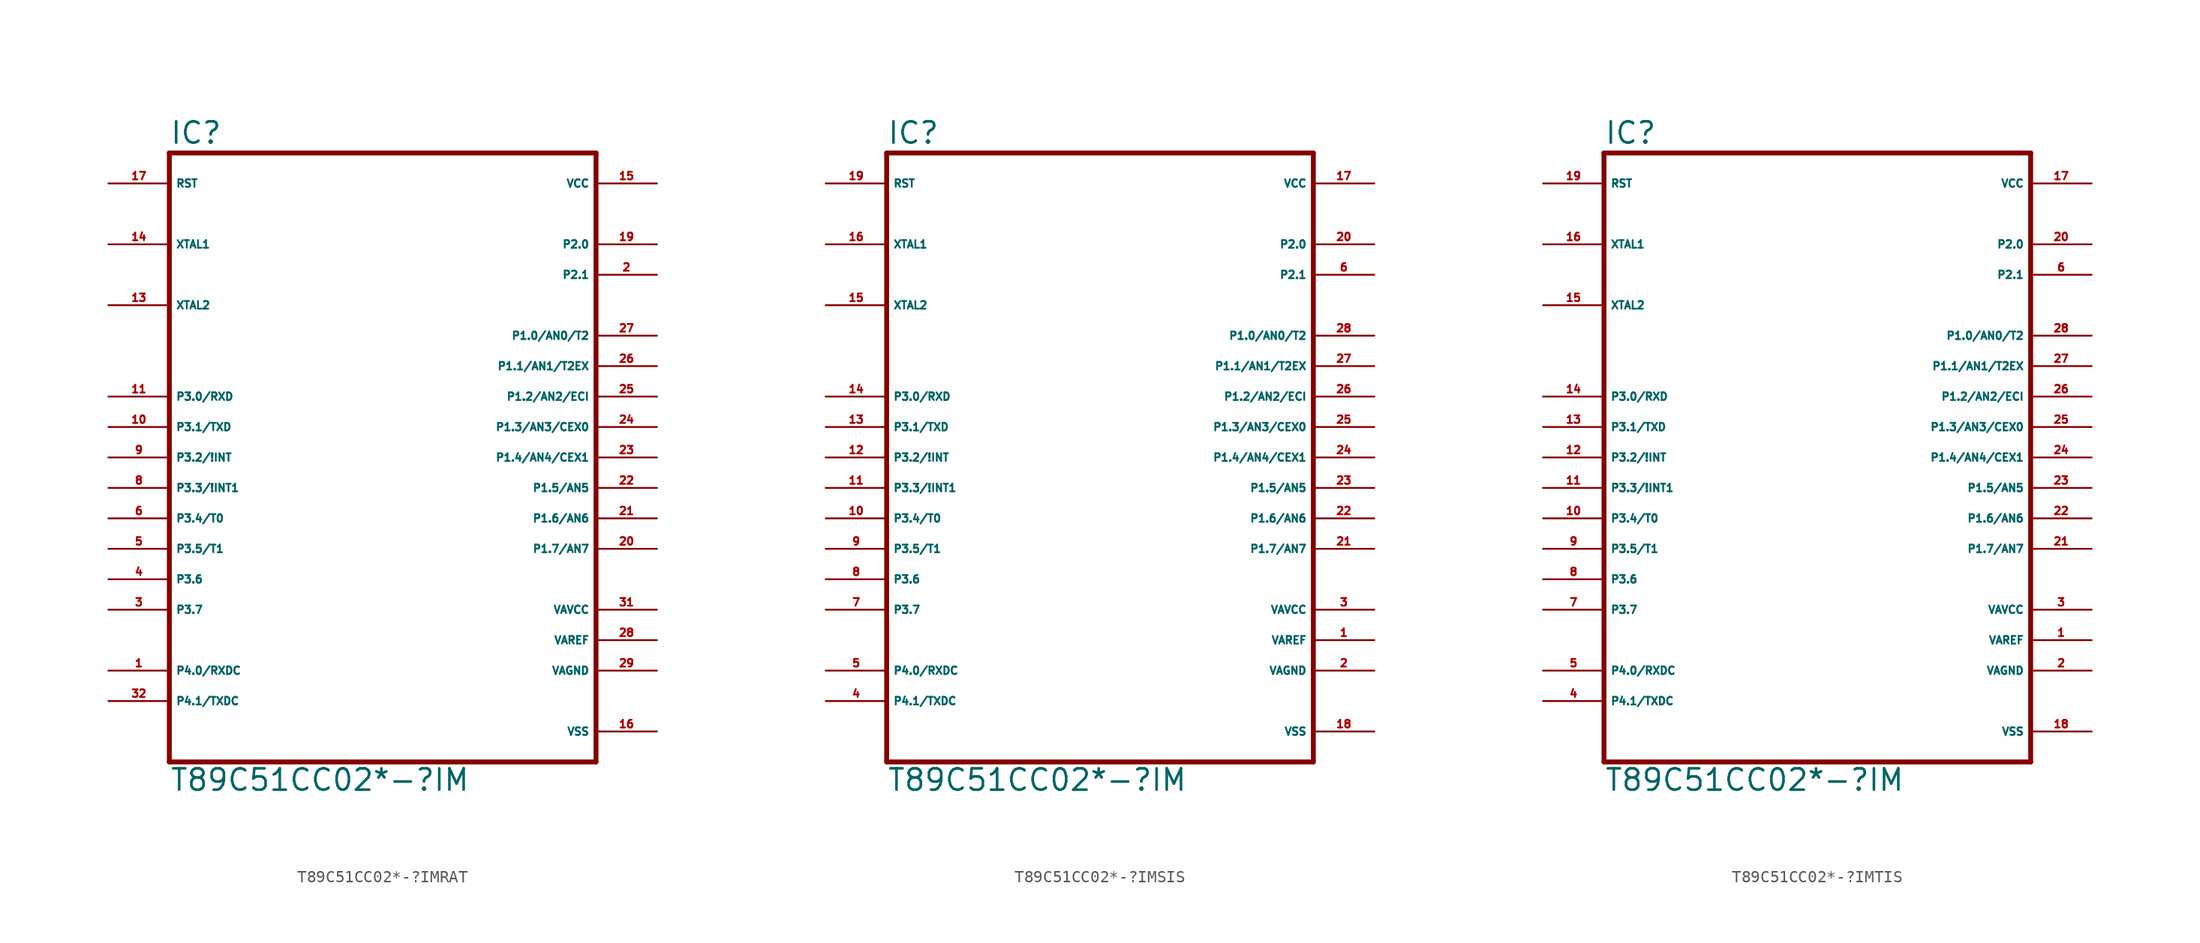
<source format=kicad_sym>
(kicad_symbol_lib
  (version 20220914)
  (generator Eagle2Kicad)
  (symbol "T89C51CC02*-?IMRAT"
    (property "Reference" "IC"
      (at -17.78 28.575 0)
      (effects (font (size 1.778 1.778) (thickness 0.22)) (justify left bottom)))
    (property "Value" "T89C51CC02*-?IM"
      (at -17.78 -25.4 0)
      (effects (font (size 1.778 1.778) (thickness 0.22)) (justify left bottom)))
    (polyline
      (pts (xy -17.78 -22.86) (xy 17.78 -22.86))
      (stroke (width 0.406) (type default))
      (fill (type none)))
    (polyline
      (pts (xy 17.78 -22.86) (xy 17.78 27.94))
      (stroke (width 0.406) (type default))
      (fill (type none)))
    (polyline
      (pts (xy 17.78 27.94) (xy -17.78 27.94))
      (stroke (width 0.406) (type default))
      (fill (type none)))
    (polyline
      (pts (xy -17.78 27.94) (xy -17.78 -22.86))
      (stroke (width 0.406) (type default))
      (fill (type none)))
    (pin bidirectional line
      (at -22.86 -15.24 0)
      (length 5.08)
      (name "P4.0/RXDC" (effects (font (size 0.635 0.635) (thickness 0.08)) (justify left bottom)))
      (number "1" (effects (font (size 0.635 0.635) (thickness 0.08)) (justify left bottom))))
    (pin bidirectional line
      (at -22.86 -17.78 0)
      (length 5.08)
      (name "P4.1/TXDC" (effects (font (size 0.635 0.635) (thickness 0.08)) (justify left bottom)))
      (number "32" (effects (font (size 0.635 0.635) (thickness 0.08)) (justify left bottom))))
    (pin input line
      (at -22.86 20.32 0)
      (length 5.08)
      (name "XTAL1" (effects (font (size 0.635 0.635) (thickness 0.08)) (justify left bottom)))
      (number "14" (effects (font (size 0.635 0.635) (thickness 0.08)) (justify left bottom))))
    (pin input line
      (at -22.86 15.24 0)
      (length 5.08)
      (name "XTAL2" (effects (font (size 0.635 0.635) (thickness 0.08)) (justify left bottom)))
      (number "13" (effects (font (size 0.635 0.635) (thickness 0.08)) (justify left bottom))))
    (pin input line
      (at -22.86 25.4 0)
      (length 5.08)
      (name "RST" (effects (font (size 0.635 0.635) (thickness 0.08)) (justify left bottom)))
      (number "17" (effects (font (size 0.635 0.635) (thickness 0.08)) (justify left bottom))))
    (pin bidirectional line
      (at 22.86 20.32 180)
      (length 5.08)
      (name "P2.0" (effects (font (size 0.635 0.635) (thickness 0.08)) (justify left bottom)))
      (number "19" (effects (font (size 0.635 0.635) (thickness 0.08)) (justify left bottom))))
    (pin bidirectional line
      (at 22.86 17.78 180)
      (length 5.08)
      (name "P2.1" (effects (font (size 0.635 0.635) (thickness 0.08)) (justify left bottom)))
      (number "2" (effects (font (size 0.635 0.635) (thickness 0.08)) (justify left bottom))))
    (pin bidirectional line
      (at 22.86 12.7 180)
      (length 5.08)
      (name "P1.0/AN0/T2" (effects (font (size 0.635 0.635) (thickness 0.08)) (justify left bottom)))
      (number "27" (effects (font (size 0.635 0.635) (thickness 0.08)) (justify left bottom))))
    (pin bidirectional line
      (at 22.86 10.16 180)
      (length 5.08)
      (name "P1.1/AN1/T2EX" (effects (font (size 0.635 0.635) (thickness 0.08)) (justify left bottom)))
      (number "26" (effects (font (size 0.635 0.635) (thickness 0.08)) (justify left bottom))))
    (pin bidirectional line
      (at 22.86 7.62 180)
      (length 5.08)
      (name "P1.2/AN2/ECI" (effects (font (size 0.635 0.635) (thickness 0.08)) (justify left bottom)))
      (number "25" (effects (font (size 0.635 0.635) (thickness 0.08)) (justify left bottom))))
    (pin bidirectional line
      (at 22.86 5.08 180)
      (length 5.08)
      (name "P1.3/AN3/CEX0" (effects (font (size 0.635 0.635) (thickness 0.08)) (justify left bottom)))
      (number "24" (effects (font (size 0.635 0.635) (thickness 0.08)) (justify left bottom))))
    (pin bidirectional line
      (at 22.86 2.54 180)
      (length 5.08)
      (name "P1.4/AN4/CEX1" (effects (font (size 0.635 0.635) (thickness 0.08)) (justify left bottom)))
      (number "23" (effects (font (size 0.635 0.635) (thickness 0.08)) (justify left bottom))))
    (pin bidirectional line
      (at 22.86 0 180)
      (length 5.08)
      (name "P1.5/AN5" (effects (font (size 0.635 0.635) (thickness 0.08)) (justify left bottom)))
      (number "22" (effects (font (size 0.635 0.635) (thickness 0.08)) (justify left bottom))))
    (pin bidirectional line
      (at 22.86 -2.54 180)
      (length 5.08)
      (name "P1.6/AN6" (effects (font (size 0.635 0.635) (thickness 0.08)) (justify left bottom)))
      (number "21" (effects (font (size 0.635 0.635) (thickness 0.08)) (justify left bottom))))
    (pin bidirectional line
      (at 22.86 -5.08 180)
      (length 5.08)
      (name "P1.7/AN7" (effects (font (size 0.635 0.635) (thickness 0.08)) (justify left bottom)))
      (number "20" (effects (font (size 0.635 0.635) (thickness 0.08)) (justify left bottom))))
    (pin bidirectional line
      (at -22.86 7.62 0)
      (length 5.08)
      (name "P3.0/RXD" (effects (font (size 0.635 0.635) (thickness 0.08)) (justify left bottom)))
      (number "11" (effects (font (size 0.635 0.635) (thickness 0.08)) (justify left bottom))))
    (pin bidirectional line
      (at -22.86 5.08 0)
      (length 5.08)
      (name "P3.1/TXD" (effects (font (size 0.635 0.635) (thickness 0.08)) (justify left bottom)))
      (number "10" (effects (font (size 0.635 0.635) (thickness 0.08)) (justify left bottom))))
    (pin bidirectional line
      (at -22.86 2.54 0)
      (length 5.08)
      (name "P3.2/!INT" (effects (font (size 0.635 0.635) (thickness 0.08)) (justify left bottom)))
      (number "9" (effects (font (size 0.635 0.635) (thickness 0.08)) (justify left bottom))))
    (pin bidirectional line
      (at -22.86 0 0)
      (length 5.08)
      (name "P3.3/!INT1" (effects (font (size 0.635 0.635) (thickness 0.08)) (justify left bottom)))
      (number "8" (effects (font (size 0.635 0.635) (thickness 0.08)) (justify left bottom))))
    (pin bidirectional line
      (at -22.86 -2.54 0)
      (length 5.08)
      (name "P3.4/T0" (effects (font (size 0.635 0.635) (thickness 0.08)) (justify left bottom)))
      (number "6" (effects (font (size 0.635 0.635) (thickness 0.08)) (justify left bottom))))
    (pin bidirectional line
      (at -22.86 -5.08 0)
      (length 5.08)
      (name "P3.5/T1" (effects (font (size 0.635 0.635) (thickness 0.08)) (justify left bottom)))
      (number "5" (effects (font (size 0.635 0.635) (thickness 0.08)) (justify left bottom))))
    (pin bidirectional line
      (at -22.86 -7.62 0)
      (length 5.08)
      (name "P3.6" (effects (font (size 0.635 0.635) (thickness 0.08)) (justify left bottom)))
      (number "4" (effects (font (size 0.635 0.635) (thickness 0.08)) (justify left bottom))))
    (pin bidirectional line
      (at -22.86 -10.16 0)
      (length 5.08)
      (name "P3.7" (effects (font (size 0.635 0.635) (thickness 0.08)) (justify left bottom)))
      (number "3" (effects (font (size 0.635 0.635) (thickness 0.08)) (justify left bottom))))
    (pin unspecified line
      (at 22.86 25.4 180)
      (length 5.08)
      (name "VCC" (effects (font (size 0.635 0.635) (thickness 0.08)) (justify left bottom)))
      (number "15" (effects (font (size 0.635 0.635) (thickness 0.08)) (justify left bottom))))
    (pin unspecified line
      (at 22.86 -20.32 180)
      (length 5.08)
      (name "VSS" (effects (font (size 0.635 0.635) (thickness 0.08)) (justify left bottom)))
      (number "16" (effects (font (size 0.635 0.635) (thickness 0.08)) (justify left bottom))))
    (pin input line
      (at 22.86 -12.7 180)
      (length 5.08)
      (name "VAREF" (effects (font (size 0.635 0.635) (thickness 0.08)) (justify left bottom)))
      (number "28" (effects (font (size 0.635 0.635) (thickness 0.08)) (justify left bottom))))
    (pin input line
      (at 22.86 -15.24 180)
      (length 5.08)
      (name "VAGND" (effects (font (size 0.635 0.635) (thickness 0.08)) (justify left bottom)))
      (number "29" (effects (font (size 0.635 0.635) (thickness 0.08)) (justify left bottom))))
    (pin input line
      (at 22.86 -10.16 180)
      (length 5.08)
      (name "VAVCC" (effects (font (size 0.635 0.635) (thickness 0.08)) (justify left bottom)))
      (number "31" (effects (font (size 0.635 0.635) (thickness 0.08)) (justify left bottom)))))
  (symbol "T89C51CC02*-?IMSIS"
    (property "Reference" "IC"
      (at -17.78 28.575 0)
      (effects (font (size 1.778 1.778) (thickness 0.22)) (justify left bottom)))
    (property "Value" "T89C51CC02*-?IM"
      (at -17.78 -25.4 0)
      (effects (font (size 1.778 1.778) (thickness 0.22)) (justify left bottom)))
    (polyline
      (pts (xy -17.78 -22.86) (xy 17.78 -22.86))
      (stroke (width 0.406) (type default))
      (fill (type none)))
    (polyline
      (pts (xy 17.78 -22.86) (xy 17.78 27.94))
      (stroke (width 0.406) (type default))
      (fill (type none)))
    (polyline
      (pts (xy 17.78 27.94) (xy -17.78 27.94))
      (stroke (width 0.406) (type default))
      (fill (type none)))
    (polyline
      (pts (xy -17.78 27.94) (xy -17.78 -22.86))
      (stroke (width 0.406) (type default))
      (fill (type none)))
    (pin bidirectional line
      (at -22.86 -15.24 0)
      (length 5.08)
      (name "P4.0/RXDC" (effects (font (size 0.635 0.635) (thickness 0.08)) (justify left bottom)))
      (number "5" (effects (font (size 0.635 0.635) (thickness 0.08)) (justify left bottom))))
    (pin bidirectional line
      (at -22.86 -17.78 0)
      (length 5.08)
      (name "P4.1/TXDC" (effects (font (size 0.635 0.635) (thickness 0.08)) (justify left bottom)))
      (number "4" (effects (font (size 0.635 0.635) (thickness 0.08)) (justify left bottom))))
    (pin input line
      (at -22.86 20.32 0)
      (length 5.08)
      (name "XTAL1" (effects (font (size 0.635 0.635) (thickness 0.08)) (justify left bottom)))
      (number "16" (effects (font (size 0.635 0.635) (thickness 0.08)) (justify left bottom))))
    (pin input line
      (at -22.86 15.24 0)
      (length 5.08)
      (name "XTAL2" (effects (font (size 0.635 0.635) (thickness 0.08)) (justify left bottom)))
      (number "15" (effects (font (size 0.635 0.635) (thickness 0.08)) (justify left bottom))))
    (pin input line
      (at -22.86 25.4 0)
      (length 5.08)
      (name "RST" (effects (font (size 0.635 0.635) (thickness 0.08)) (justify left bottom)))
      (number "19" (effects (font (size 0.635 0.635) (thickness 0.08)) (justify left bottom))))
    (pin bidirectional line
      (at 22.86 20.32 180)
      (length 5.08)
      (name "P2.0" (effects (font (size 0.635 0.635) (thickness 0.08)) (justify left bottom)))
      (number "20" (effects (font (size 0.635 0.635) (thickness 0.08)) (justify left bottom))))
    (pin bidirectional line
      (at 22.86 17.78 180)
      (length 5.08)
      (name "P2.1" (effects (font (size 0.635 0.635) (thickness 0.08)) (justify left bottom)))
      (number "6" (effects (font (size 0.635 0.635) (thickness 0.08)) (justify left bottom))))
    (pin bidirectional line
      (at 22.86 12.7 180)
      (length 5.08)
      (name "P1.0/AN0/T2" (effects (font (size 0.635 0.635) (thickness 0.08)) (justify left bottom)))
      (number "28" (effects (font (size 0.635 0.635) (thickness 0.08)) (justify left bottom))))
    (pin bidirectional line
      (at 22.86 10.16 180)
      (length 5.08)
      (name "P1.1/AN1/T2EX" (effects (font (size 0.635 0.635) (thickness 0.08)) (justify left bottom)))
      (number "27" (effects (font (size 0.635 0.635) (thickness 0.08)) (justify left bottom))))
    (pin bidirectional line
      (at 22.86 7.62 180)
      (length 5.08)
      (name "P1.2/AN2/ECI" (effects (font (size 0.635 0.635) (thickness 0.08)) (justify left bottom)))
      (number "26" (effects (font (size 0.635 0.635) (thickness 0.08)) (justify left bottom))))
    (pin bidirectional line
      (at 22.86 5.08 180)
      (length 5.08)
      (name "P1.3/AN3/CEX0" (effects (font (size 0.635 0.635) (thickness 0.08)) (justify left bottom)))
      (number "25" (effects (font (size 0.635 0.635) (thickness 0.08)) (justify left bottom))))
    (pin bidirectional line
      (at 22.86 2.54 180)
      (length 5.08)
      (name "P1.4/AN4/CEX1" (effects (font (size 0.635 0.635) (thickness 0.08)) (justify left bottom)))
      (number "24" (effects (font (size 0.635 0.635) (thickness 0.08)) (justify left bottom))))
    (pin bidirectional line
      (at 22.86 0 180)
      (length 5.08)
      (name "P1.5/AN5" (effects (font (size 0.635 0.635) (thickness 0.08)) (justify left bottom)))
      (number "23" (effects (font (size 0.635 0.635) (thickness 0.08)) (justify left bottom))))
    (pin bidirectional line
      (at 22.86 -2.54 180)
      (length 5.08)
      (name "P1.6/AN6" (effects (font (size 0.635 0.635) (thickness 0.08)) (justify left bottom)))
      (number "22" (effects (font (size 0.635 0.635) (thickness 0.08)) (justify left bottom))))
    (pin bidirectional line
      (at 22.86 -5.08 180)
      (length 5.08)
      (name "P1.7/AN7" (effects (font (size 0.635 0.635) (thickness 0.08)) (justify left bottom)))
      (number "21" (effects (font (size 0.635 0.635) (thickness 0.08)) (justify left bottom))))
    (pin bidirectional line
      (at -22.86 7.62 0)
      (length 5.08)
      (name "P3.0/RXD" (effects (font (size 0.635 0.635) (thickness 0.08)) (justify left bottom)))
      (number "14" (effects (font (size 0.635 0.635) (thickness 0.08)) (justify left bottom))))
    (pin bidirectional line
      (at -22.86 5.08 0)
      (length 5.08)
      (name "P3.1/TXD" (effects (font (size 0.635 0.635) (thickness 0.08)) (justify left bottom)))
      (number "13" (effects (font (size 0.635 0.635) (thickness 0.08)) (justify left bottom))))
    (pin bidirectional line
      (at -22.86 2.54 0)
      (length 5.08)
      (name "P3.2/!INT" (effects (font (size 0.635 0.635) (thickness 0.08)) (justify left bottom)))
      (number "12" (effects (font (size 0.635 0.635) (thickness 0.08)) (justify left bottom))))
    (pin bidirectional line
      (at -22.86 0 0)
      (length 5.08)
      (name "P3.3/!INT1" (effects (font (size 0.635 0.635) (thickness 0.08)) (justify left bottom)))
      (number "11" (effects (font (size 0.635 0.635) (thickness 0.08)) (justify left bottom))))
    (pin bidirectional line
      (at -22.86 -2.54 0)
      (length 5.08)
      (name "P3.4/T0" (effects (font (size 0.635 0.635) (thickness 0.08)) (justify left bottom)))
      (number "10" (effects (font (size 0.635 0.635) (thickness 0.08)) (justify left bottom))))
    (pin bidirectional line
      (at -22.86 -5.08 0)
      (length 5.08)
      (name "P3.5/T1" (effects (font (size 0.635 0.635) (thickness 0.08)) (justify left bottom)))
      (number "9" (effects (font (size 0.635 0.635) (thickness 0.08)) (justify left bottom))))
    (pin bidirectional line
      (at -22.86 -7.62 0)
      (length 5.08)
      (name "P3.6" (effects (font (size 0.635 0.635) (thickness 0.08)) (justify left bottom)))
      (number "8" (effects (font (size 0.635 0.635) (thickness 0.08)) (justify left bottom))))
    (pin bidirectional line
      (at -22.86 -10.16 0)
      (length 5.08)
      (name "P3.7" (effects (font (size 0.635 0.635) (thickness 0.08)) (justify left bottom)))
      (number "7" (effects (font (size 0.635 0.635) (thickness 0.08)) (justify left bottom))))
    (pin unspecified line
      (at 22.86 25.4 180)
      (length 5.08)
      (name "VCC" (effects (font (size 0.635 0.635) (thickness 0.08)) (justify left bottom)))
      (number "17" (effects (font (size 0.635 0.635) (thickness 0.08)) (justify left bottom))))
    (pin unspecified line
      (at 22.86 -20.32 180)
      (length 5.08)
      (name "VSS" (effects (font (size 0.635 0.635) (thickness 0.08)) (justify left bottom)))
      (number "18" (effects (font (size 0.635 0.635) (thickness 0.08)) (justify left bottom))))
    (pin input line
      (at 22.86 -12.7 180)
      (length 5.08)
      (name "VAREF" (effects (font (size 0.635 0.635) (thickness 0.08)) (justify left bottom)))
      (number "1" (effects (font (size 0.635 0.635) (thickness 0.08)) (justify left bottom))))
    (pin input line
      (at 22.86 -15.24 180)
      (length 5.08)
      (name "VAGND" (effects (font (size 0.635 0.635) (thickness 0.08)) (justify left bottom)))
      (number "2" (effects (font (size 0.635 0.635) (thickness 0.08)) (justify left bottom))))
    (pin input line
      (at 22.86 -10.16 180)
      (length 5.08)
      (name "VAVCC" (effects (font (size 0.635 0.635) (thickness 0.08)) (justify left bottom)))
      (number "3" (effects (font (size 0.635 0.635) (thickness 0.08)) (justify left bottom)))))
  (symbol "T89C51CC02*-?IMTIS"
    (property "Reference" "IC"
      (at -17.78 28.575 0)
      (effects (font (size 1.778 1.778) (thickness 0.22)) (justify left bottom)))
    (property "Value" "T89C51CC02*-?IM"
      (at -17.78 -25.4 0)
      (effects (font (size 1.778 1.778) (thickness 0.22)) (justify left bottom)))
    (polyline
      (pts (xy -17.78 -22.86) (xy 17.78 -22.86))
      (stroke (width 0.406) (type default))
      (fill (type none)))
    (polyline
      (pts (xy 17.78 -22.86) (xy 17.78 27.94))
      (stroke (width 0.406) (type default))
      (fill (type none)))
    (polyline
      (pts (xy 17.78 27.94) (xy -17.78 27.94))
      (stroke (width 0.406) (type default))
      (fill (type none)))
    (polyline
      (pts (xy -17.78 27.94) (xy -17.78 -22.86))
      (stroke (width 0.406) (type default))
      (fill (type none)))
    (pin bidirectional line
      (at -22.86 -15.24 0)
      (length 5.08)
      (name "P4.0/RXDC" (effects (font (size 0.635 0.635) (thickness 0.08)) (justify left bottom)))
      (number "5" (effects (font (size 0.635 0.635) (thickness 0.08)) (justify left bottom))))
    (pin bidirectional line
      (at -22.86 -17.78 0)
      (length 5.08)
      (name "P4.1/TXDC" (effects (font (size 0.635 0.635) (thickness 0.08)) (justify left bottom)))
      (number "4" (effects (font (size 0.635 0.635) (thickness 0.08)) (justify left bottom))))
    (pin input line
      (at -22.86 20.32 0)
      (length 5.08)
      (name "XTAL1" (effects (font (size 0.635 0.635) (thickness 0.08)) (justify left bottom)))
      (number "16" (effects (font (size 0.635 0.635) (thickness 0.08)) (justify left bottom))))
    (pin input line
      (at -22.86 15.24 0)
      (length 5.08)
      (name "XTAL2" (effects (font (size 0.635 0.635) (thickness 0.08)) (justify left bottom)))
      (number "15" (effects (font (size 0.635 0.635) (thickness 0.08)) (justify left bottom))))
    (pin input line
      (at -22.86 25.4 0)
      (length 5.08)
      (name "RST" (effects (font (size 0.635 0.635) (thickness 0.08)) (justify left bottom)))
      (number "19" (effects (font (size 0.635 0.635) (thickness 0.08)) (justify left bottom))))
    (pin bidirectional line
      (at 22.86 20.32 180)
      (length 5.08)
      (name "P2.0" (effects (font (size 0.635 0.635) (thickness 0.08)) (justify left bottom)))
      (number "20" (effects (font (size 0.635 0.635) (thickness 0.08)) (justify left bottom))))
    (pin bidirectional line
      (at 22.86 17.78 180)
      (length 5.08)
      (name "P2.1" (effects (font (size 0.635 0.635) (thickness 0.08)) (justify left bottom)))
      (number "6" (effects (font (size 0.635 0.635) (thickness 0.08)) (justify left bottom))))
    (pin bidirectional line
      (at 22.86 12.7 180)
      (length 5.08)
      (name "P1.0/AN0/T2" (effects (font (size 0.635 0.635) (thickness 0.08)) (justify left bottom)))
      (number "28" (effects (font (size 0.635 0.635) (thickness 0.08)) (justify left bottom))))
    (pin bidirectional line
      (at 22.86 10.16 180)
      (length 5.08)
      (name "P1.1/AN1/T2EX" (effects (font (size 0.635 0.635) (thickness 0.08)) (justify left bottom)))
      (number "27" (effects (font (size 0.635 0.635) (thickness 0.08)) (justify left bottom))))
    (pin bidirectional line
      (at 22.86 7.62 180)
      (length 5.08)
      (name "P1.2/AN2/ECI" (effects (font (size 0.635 0.635) (thickness 0.08)) (justify left bottom)))
      (number "26" (effects (font (size 0.635 0.635) (thickness 0.08)) (justify left bottom))))
    (pin bidirectional line
      (at 22.86 5.08 180)
      (length 5.08)
      (name "P1.3/AN3/CEX0" (effects (font (size 0.635 0.635) (thickness 0.08)) (justify left bottom)))
      (number "25" (effects (font (size 0.635 0.635) (thickness 0.08)) (justify left bottom))))
    (pin bidirectional line
      (at 22.86 2.54 180)
      (length 5.08)
      (name "P1.4/AN4/CEX1" (effects (font (size 0.635 0.635) (thickness 0.08)) (justify left bottom)))
      (number "24" (effects (font (size 0.635 0.635) (thickness 0.08)) (justify left bottom))))
    (pin bidirectional line
      (at 22.86 0 180)
      (length 5.08)
      (name "P1.5/AN5" (effects (font (size 0.635 0.635) (thickness 0.08)) (justify left bottom)))
      (number "23" (effects (font (size 0.635 0.635) (thickness 0.08)) (justify left bottom))))
    (pin bidirectional line
      (at 22.86 -2.54 180)
      (length 5.08)
      (name "P1.6/AN6" (effects (font (size 0.635 0.635) (thickness 0.08)) (justify left bottom)))
      (number "22" (effects (font (size 0.635 0.635) (thickness 0.08)) (justify left bottom))))
    (pin bidirectional line
      (at 22.86 -5.08 180)
      (length 5.08)
      (name "P1.7/AN7" (effects (font (size 0.635 0.635) (thickness 0.08)) (justify left bottom)))
      (number "21" (effects (font (size 0.635 0.635) (thickness 0.08)) (justify left bottom))))
    (pin bidirectional line
      (at -22.86 7.62 0)
      (length 5.08)
      (name "P3.0/RXD" (effects (font (size 0.635 0.635) (thickness 0.08)) (justify left bottom)))
      (number "14" (effects (font (size 0.635 0.635) (thickness 0.08)) (justify left bottom))))
    (pin bidirectional line
      (at -22.86 5.08 0)
      (length 5.08)
      (name "P3.1/TXD" (effects (font (size 0.635 0.635) (thickness 0.08)) (justify left bottom)))
      (number "13" (effects (font (size 0.635 0.635) (thickness 0.08)) (justify left bottom))))
    (pin bidirectional line
      (at -22.86 2.54 0)
      (length 5.08)
      (name "P3.2/!INT" (effects (font (size 0.635 0.635) (thickness 0.08)) (justify left bottom)))
      (number "12" (effects (font (size 0.635 0.635) (thickness 0.08)) (justify left bottom))))
    (pin bidirectional line
      (at -22.86 0 0)
      (length 5.08)
      (name "P3.3/!INT1" (effects (font (size 0.635 0.635) (thickness 0.08)) (justify left bottom)))
      (number "11" (effects (font (size 0.635 0.635) (thickness 0.08)) (justify left bottom))))
    (pin bidirectional line
      (at -22.86 -2.54 0)
      (length 5.08)
      (name "P3.4/T0" (effects (font (size 0.635 0.635) (thickness 0.08)) (justify left bottom)))
      (number "10" (effects (font (size 0.635 0.635) (thickness 0.08)) (justify left bottom))))
    (pin bidirectional line
      (at -22.86 -5.08 0)
      (length 5.08)
      (name "P3.5/T1" (effects (font (size 0.635 0.635) (thickness 0.08)) (justify left bottom)))
      (number "9" (effects (font (size 0.635 0.635) (thickness 0.08)) (justify left bottom))))
    (pin bidirectional line
      (at -22.86 -7.62 0)
      (length 5.08)
      (name "P3.6" (effects (font (size 0.635 0.635) (thickness 0.08)) (justify left bottom)))
      (number "8" (effects (font (size 0.635 0.635) (thickness 0.08)) (justify left bottom))))
    (pin bidirectional line
      (at -22.86 -10.16 0)
      (length 5.08)
      (name "P3.7" (effects (font (size 0.635 0.635) (thickness 0.08)) (justify left bottom)))
      (number "7" (effects (font (size 0.635 0.635) (thickness 0.08)) (justify left bottom))))
    (pin unspecified line
      (at 22.86 25.4 180)
      (length 5.08)
      (name "VCC" (effects (font (size 0.635 0.635) (thickness 0.08)) (justify left bottom)))
      (number "17" (effects (font (size 0.635 0.635) (thickness 0.08)) (justify left bottom))))
    (pin unspecified line
      (at 22.86 -20.32 180)
      (length 5.08)
      (name "VSS" (effects (font (size 0.635 0.635) (thickness 0.08)) (justify left bottom)))
      (number "18" (effects (font (size 0.635 0.635) (thickness 0.08)) (justify left bottom))))
    (pin input line
      (at 22.86 -12.7 180)
      (length 5.08)
      (name "VAREF" (effects (font (size 0.635 0.635) (thickness 0.08)) (justify left bottom)))
      (number "1" (effects (font (size 0.635 0.635) (thickness 0.08)) (justify left bottom))))
    (pin input line
      (at 22.86 -15.24 180)
      (length 5.08)
      (name "VAGND" (effects (font (size 0.635 0.635) (thickness 0.08)) (justify left bottom)))
      (number "2" (effects (font (size 0.635 0.635) (thickness 0.08)) (justify left bottom))))
    (pin input line
      (at 22.86 -10.16 180)
      (length 5.08)
      (name "VAVCC" (effects (font (size 0.635 0.635) (thickness 0.08)) (justify left bottom)))
      (number "3" (effects (font (size 0.635 0.635) (thickness 0.08)) (justify left bottom))))))
</source>
